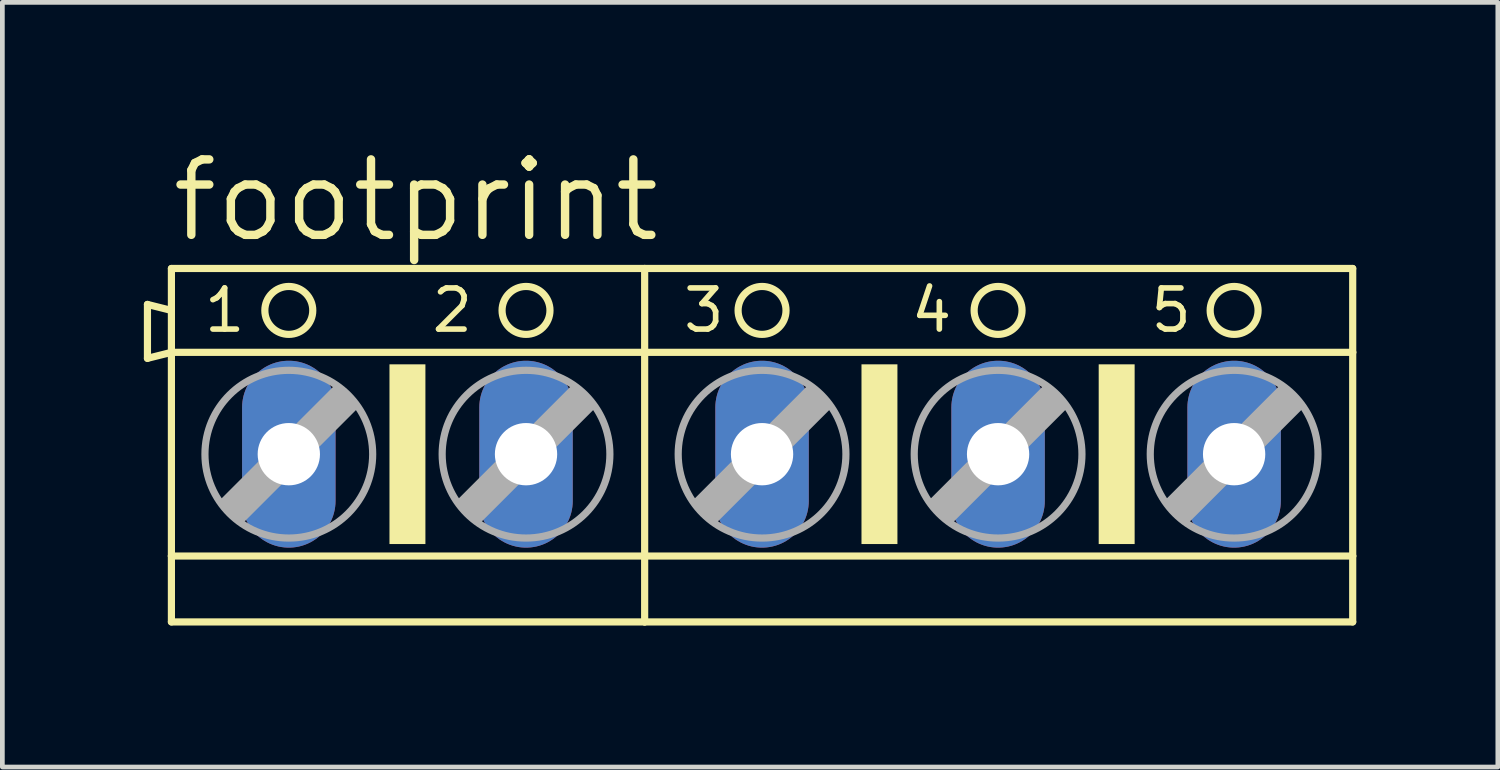
<source format=kicad_pcb>
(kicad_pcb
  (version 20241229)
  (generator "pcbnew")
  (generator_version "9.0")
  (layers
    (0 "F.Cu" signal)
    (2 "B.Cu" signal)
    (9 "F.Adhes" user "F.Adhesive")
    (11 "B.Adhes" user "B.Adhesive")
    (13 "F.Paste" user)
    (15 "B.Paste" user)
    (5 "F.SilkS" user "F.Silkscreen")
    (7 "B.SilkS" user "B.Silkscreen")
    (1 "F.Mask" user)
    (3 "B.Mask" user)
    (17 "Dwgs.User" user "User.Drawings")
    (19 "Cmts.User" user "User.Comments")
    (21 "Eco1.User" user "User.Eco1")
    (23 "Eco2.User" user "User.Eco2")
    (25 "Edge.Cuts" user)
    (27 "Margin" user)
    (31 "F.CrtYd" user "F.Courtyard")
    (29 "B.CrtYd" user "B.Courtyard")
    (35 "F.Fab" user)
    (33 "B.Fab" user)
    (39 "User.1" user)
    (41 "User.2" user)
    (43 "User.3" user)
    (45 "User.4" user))
  (footprint "footprint"
    (layer "F.Cu")
    (at 13.106 6.579)
    (property "Reference" "footprint" (at -12.598 -4.445 0) (layer "F.SilkS") (effects (font (size 1.6 1.6) (thickness 0.178)) (justify left bottom)))
    (fp_line (start -13.03 -3.175) (end -13.03 -2.032) (stroke (width 0.152) (type solid)) (layer "F.SilkS"))
    (fp_line (start -13.03 -2.032) (end -12.522 -2.159) (stroke (width 0.152) (type solid)) (layer "F.SilkS"))
    (fp_line (start -12.522 -3.048) (end -13.03 -3.175) (stroke (width 0.152) (type solid)) (layer "F.SilkS"))
    (fp_line (start -12.522 -3.048) (end -12.522 -3.937) (stroke (width 0.152) (type solid)) (layer "F.SilkS"))
    (fp_line (start -12.522 -2.159) (end -12.522 -3.048) (stroke (width 0.152) (type solid)) (layer "F.SilkS"))
    (fp_line (start -12.522 -2.159) (end -2.489 -2.159) (stroke (width 0.152) (type solid)) (layer "F.SilkS"))
    (fp_line (start -12.522 2.159) (end -12.522 -2.159) (stroke (width 0.152) (type solid)) (layer "F.SilkS"))
    (fp_line (start -12.522 2.159) (end -2.489 2.159) (stroke (width 0.152) (type solid)) (layer "F.SilkS"))
    (fp_line (start -12.522 3.556) (end -12.522 2.159) (stroke (width 0.152) (type solid)) (layer "F.SilkS"))
    (fp_line (start -12.522 3.556) (end -2.489 3.556) (stroke (width 0.152) (type solid)) (layer "F.SilkS"))
    (fp_line (start -2.489 -3.937) (end -12.522 -3.937) (stroke (width 0.152) (type solid)) (layer "F.SilkS"))
    (fp_line (start -2.489 -2.159) (end -2.489 -3.937) (stroke (width 0.152) (type solid)) (layer "F.SilkS"))
    (fp_line (start -2.489 -2.159) (end 12.522 -2.159) (stroke (width 0.152) (type solid)) (layer "F.SilkS"))
    (fp_line (start -2.489 2.159) (end -2.489 -2.159) (stroke (width 0.152) (type solid)) (layer "F.SilkS"))
    (fp_line (start -2.489 2.159) (end 12.522 2.159) (stroke (width 0.152) (type solid)) (layer "F.SilkS"))
    (fp_line (start -2.489 3.556) (end -2.489 2.159) (stroke (width 0.152) (type solid)) (layer "F.SilkS"))
    (fp_line (start -2.489 3.556) (end 12.522 3.556) (stroke (width 0.152) (type solid)) (layer "F.SilkS"))
    (fp_line (start 12.522 -3.937) (end -2.489 -3.937) (stroke (width 0.152) (type solid)) (layer "F.SilkS"))
    (fp_line (start 12.522 -3.937) (end 12.522 -2.159) (stroke (width 0.152) (type solid)) (layer "F.SilkS"))
    (fp_line (start 12.522 -2.159) (end 12.522 2.159) (stroke (width 0.152) (type solid)) (layer "F.SilkS"))
    (fp_line (start 12.522 2.159) (end 12.522 3.556) (stroke (width 0.152) (type solid)) (layer "F.SilkS"))
    (fp_circle (center -10.033 -3.048) (end -9.525 -3.048) (stroke (width 0.152) (type solid)) (fill no) (layer "F.SilkS"))
    (fp_circle (center -5.004 -3.048) (end -4.496 -3.048) (stroke (width 0.152) (type solid)) (fill no) (layer "F.SilkS"))
    (fp_circle (center 0 -3.048) (end 0.508 -3.048) (stroke (width 0.152) (type solid)) (fill no) (layer "F.SilkS"))
    (fp_circle (center 5.004 -3.048) (end 5.512 -3.048) (stroke (width 0.152) (type solid)) (fill no) (layer "F.SilkS"))
    (fp_circle (center 10.008 -3.048) (end 10.516 -3.048) (stroke (width 0.152) (type solid)) (fill no) (layer "F.SilkS"))
    (fp_poly (pts (xy -7.899 1.905) (xy -7.137 1.905) (xy -7.137 -1.905) (xy -7.899 -1.905)) (stroke (width 0) (type solid)) (fill yes) (layer "F.SilkS"))
    (fp_poly (pts (xy 2.108 1.905) (xy 2.87 1.905) (xy 2.87 -1.905) (xy 2.108 -1.905)) (stroke (width 0) (type solid)) (fill yes) (layer "F.SilkS"))
    (fp_poly (pts (xy 7.137 1.905) (xy 7.899 1.905) (xy 7.899 -1.905) (xy 7.137 -1.905)) (stroke (width 0) (type solid)) (fill yes) (layer "F.SilkS"))
    (fp_line (start -11.43 1.016) (end -11.049 1.397) (stroke (width 0.152) (type solid)) (layer "F.Fab"))
    (fp_line (start -11.43 1.016) (end -9.017 -1.397) (stroke (width 0.152) (type solid)) (layer "F.Fab"))
    (fp_line (start -11.049 1.016) (end -9.017 -1.016) (stroke (width 0.61) (type solid)) (layer "F.Fab"))
    (fp_line (start -11.049 1.397) (end -8.636 -1.016) (stroke (width 0.152) (type solid)) (layer "F.Fab"))
    (fp_line (start -9.017 -1.397) (end -8.636 -1.016) (stroke (width 0.152) (type solid)) (layer "F.Fab"))
    (fp_line (start -6.401 1.016) (end -6.02 1.397) (stroke (width 0.152) (type solid)) (layer "F.Fab"))
    (fp_line (start -6.401 1.016) (end -3.988 -1.397) (stroke (width 0.152) (type solid)) (layer "F.Fab"))
    (fp_line (start -6.02 1.016) (end -3.988 -1.016) (stroke (width 0.61) (type solid)) (layer "F.Fab"))
    (fp_line (start -6.02 1.397) (end -3.607 -1.016) (stroke (width 0.152) (type solid)) (layer "F.Fab"))
    (fp_line (start -3.988 -1.397) (end -3.607 -1.016) (stroke (width 0.152) (type solid)) (layer "F.Fab"))
    (fp_line (start -1.397 1.016) (end -1.016 1.397) (stroke (width 0.152) (type solid)) (layer "F.Fab"))
    (fp_line (start -1.397 1.016) (end 1.016 -1.397) (stroke (width 0.152) (type solid)) (layer "F.Fab"))
    (fp_line (start -1.016 1.016) (end 1.016 -1.016) (stroke (width 0.61) (type solid)) (layer "F.Fab"))
    (fp_line (start -1.016 1.397) (end 1.397 -1.016) (stroke (width 0.152) (type solid)) (layer "F.Fab"))
    (fp_line (start 1.016 -1.397) (end 1.397 -1.016) (stroke (width 0.152) (type solid)) (layer "F.Fab"))
    (fp_line (start 3.607 1.016) (end 3.988 1.397) (stroke (width 0.152) (type solid)) (layer "F.Fab"))
    (fp_line (start 3.607 1.016) (end 6.02 -1.397) (stroke (width 0.152) (type solid)) (layer "F.Fab"))
    (fp_line (start 3.988 1.016) (end 6.02 -1.016) (stroke (width 0.61) (type solid)) (layer "F.Fab"))
    (fp_line (start 3.988 1.397) (end 6.401 -1.016) (stroke (width 0.152) (type solid)) (layer "F.Fab"))
    (fp_line (start 6.02 -1.397) (end 6.401 -1.016) (stroke (width 0.152) (type solid)) (layer "F.Fab"))
    (fp_line (start 8.611 1.016) (end 8.992 1.397) (stroke (width 0.152) (type solid)) (layer "F.Fab"))
    (fp_line (start 8.611 1.016) (end 11.024 -1.397) (stroke (width 0.152) (type solid)) (layer "F.Fab"))
    (fp_line (start 8.992 1.016) (end 11.024 -1.016) (stroke (width 0.61) (type solid)) (layer "F.Fab"))
    (fp_line (start 8.992 1.397) (end 11.405 -1.016) (stroke (width 0.152) (type solid)) (layer "F.Fab"))
    (fp_line (start 11.024 -1.397) (end 11.405 -1.016) (stroke (width 0.152) (type solid)) (layer "F.Fab"))
    (fp_circle (center -10.033 0) (end -8.255 0) (stroke (width 0.152) (type solid)) (fill no) (layer "F.Fab"))
    (fp_circle (center -5.004 0) (end -3.226 0) (stroke (width 0.152) (type solid)) (fill no) (layer "F.Fab"))
    (fp_circle (center 0 0) (end 1.778 0) (stroke (width 0.152) (type solid)) (fill no) (layer "F.Fab"))
    (fp_circle (center 5.004 0) (end 6.782 0) (stroke (width 0.152) (type solid)) (fill no) (layer "F.Fab"))
    (fp_circle (center 10.008 0) (end 11.786 0) (stroke (width 0.152) (type solid)) (fill no) (layer "F.Fab"))
    (fp_text user "3" (at -1.727 -2.54 0) (layer "F.SilkS") (effects (font (size 0.872 0.872) (thickness 0.119)) (justify left bottom)))
    (fp_text user "4" (at 3.099 -2.54 0) (layer "F.SilkS") (effects (font (size 0.872 0.872) (thickness 0.119)) (justify left bottom)))
    (fp_text user "5" (at 8.179 -2.54 0) (layer "F.SilkS") (effects (font (size 0.872 0.872) (thickness 0.119)) (justify left bottom)))
    (fp_text user "1" (at -11.887 -2.54 0) (layer "F.SilkS") (effects (font (size 0.872 0.872) (thickness 0.119)) (justify left bottom)))
    (fp_text user "2" (at -7.061 -2.54 0) (layer "F.SilkS") (effects (font (size 0.872 0.872) (thickness 0.119)) (justify left bottom)))
    (pad "1" thru_hole oval (at -10.033 0 90) (size 3.962 1.981) (drill 1.321) (layers "*.Cu" "*.Mask"))
    (pad "2" thru_hole oval (at -5.004 0 90) (size 3.962 1.981) (drill 1.321) (layers "*.Cu" "*.Mask"))
    (pad "3" thru_hole oval (at 0 0 90) (size 3.962 1.981) (drill 1.321) (layers "*.Cu" "*.Mask"))
    (pad "4" thru_hole oval (at 5.004 0 90) (size 3.962 1.981) (drill 1.321) (layers "*.Cu" "*.Mask"))
    (pad "5" thru_hole oval (at 10.008 0 90) (size 3.962 1.981) (drill 1.321) (layers "*.Cu" "*.Mask")))
  (gr_rect
    (start -3 -3)
    (end 28.705 13.211)
    (stroke (width 0.1) (type default))
    (fill no)
    (layer "Edge.Cuts")))
</source>
